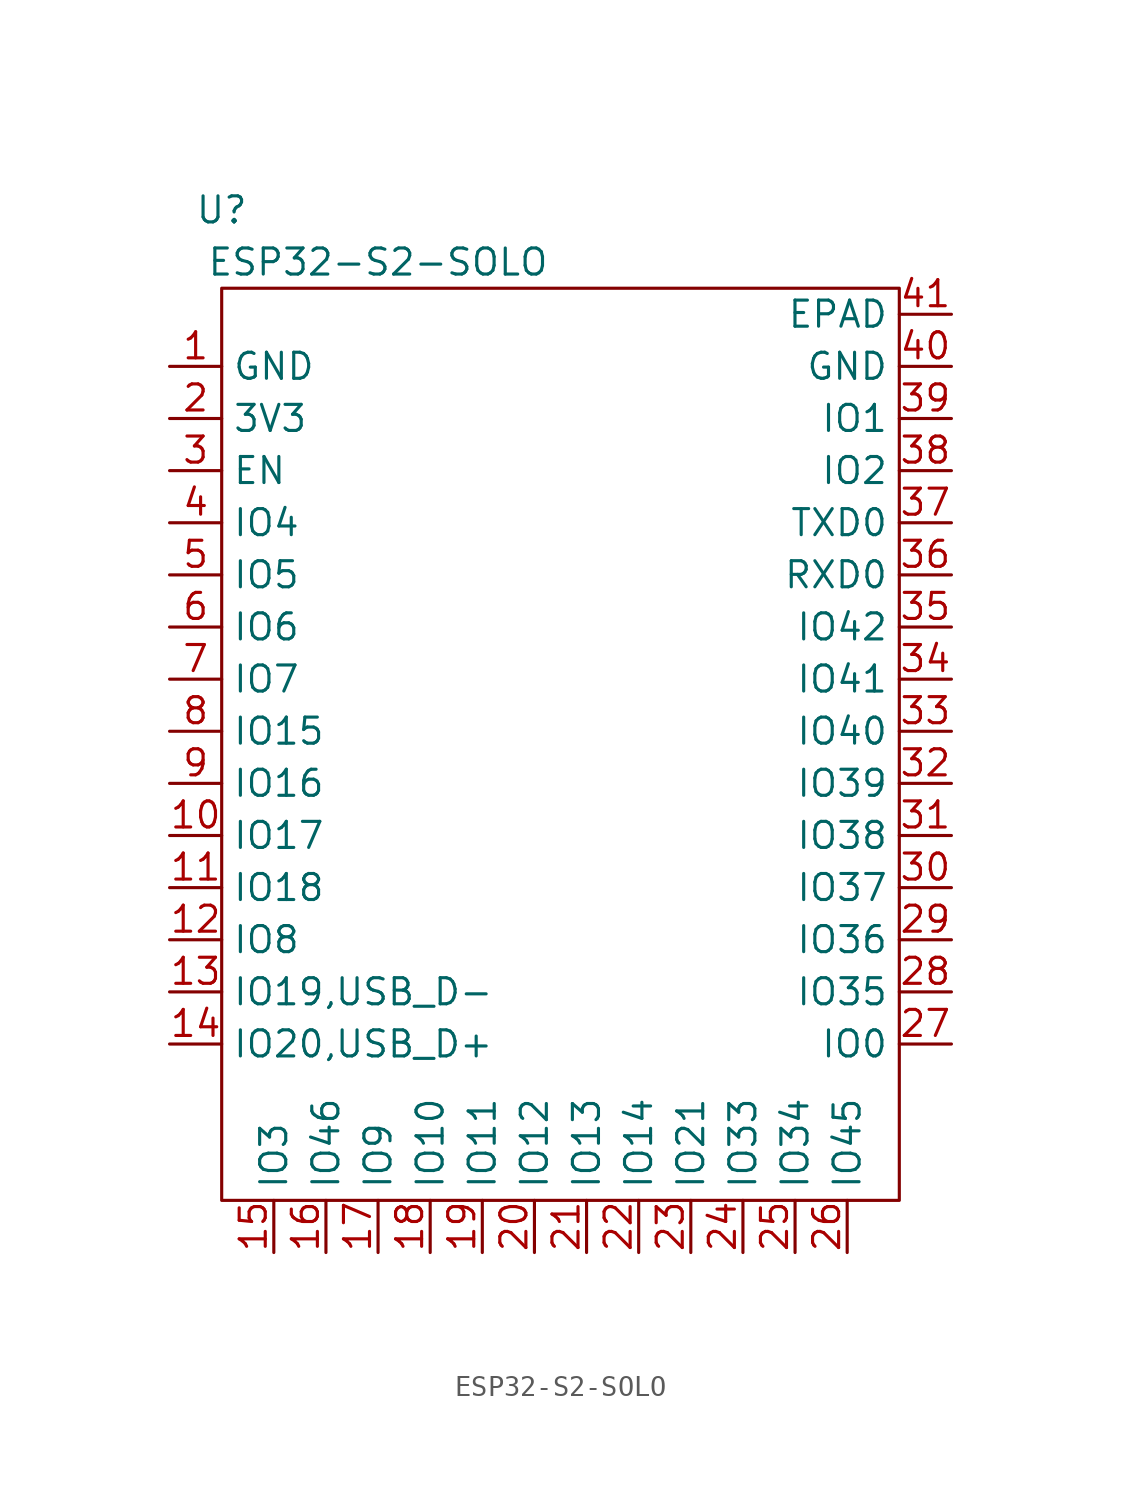
<source format=kicad_sym>
(kicad_symbol_lib
  (version 20211014)
  (generator kicad_symbol_editor)
  (symbol "ESP32-S2-SOLO"
    (property "Reference" "U"
      (at 2.54 7.62 0)
      (effects (font (size 1.27 1.27))))
    (property "Value" "ESP32-S2-SOLO"
      (at 10.16 5.08 0)
      (effects (font (size 1.27 1.27))))
    (symbol "ESP32-S2-SOLO_0_1"
      (polyline (pts (xy 2.54 3.81) (xy 2.54 -40.64) (xy 35.56 -40.64) (xy 35.56 3.81) (xy 2.54 3.81)) (stroke (width 0) (type default) (color 0 0 0 0)) (fill (type none))))
    (symbol "ESP32-S2-SOLO_1_1"
      (pin power_in line (at 0 0 0) (length 2.54) (name "GND" (effects (font (size 1.27 1.27)))) (number "1" (effects (font (size 1.27 1.27)))))
      (pin bidirectional line (at 0 -22.86 0) (length 2.54) (name "IO17" (effects (font (size 1.27 1.27)))) (number "10" (effects (font (size 1.27 1.27)))))
      (pin bidirectional line (at 0 -25.4 0) (length 2.54) (name "IO18" (effects (font (size 1.27 1.27)))) (number "11" (effects (font (size 1.27 1.27)))))
      (pin bidirectional line (at 0 -27.94 0) (length 2.54) (name "IO8" (effects (font (size 1.27 1.27)))) (number "12" (effects (font (size 1.27 1.27)))))
      (pin bidirectional line (at 0 -30.48 0) (length 2.54) (name "IO19,USB_D-" (effects (font (size 1.27 1.27)))) (number "13" (effects (font (size 1.27 1.27)))))
      (pin bidirectional line (at 0 -33.02 0) (length 2.54) (name "IO20,USB_D+" (effects (font (size 1.27 1.27)))) (number "14" (effects (font (size 1.27 1.27)))))
      (pin bidirectional line (at 5.08 -43.18 90) (length 2.54) (name "IO3" (effects (font (size 1.27 1.27)))) (number "15" (effects (font (size 1.27 1.27)))))
      (pin bidirectional line (at 7.62 -43.18 90) (length 2.54) (name "IO46" (effects (font (size 1.27 1.27)))) (number "16" (effects (font (size 1.27 1.27)))))
      (pin bidirectional line (at 10.16 -43.18 90) (length 2.54) (name "IO9" (effects (font (size 1.27 1.27)))) (number "17" (effects (font (size 1.27 1.27)))))
      (pin bidirectional line (at 12.7 -43.18 90) (length 2.54) (name "IO10" (effects (font (size 1.27 1.27)))) (number "18" (effects (font (size 1.27 1.27)))))
      (pin bidirectional line (at 15.24 -43.18 90) (length 2.54) (name "IO11" (effects (font (size 1.27 1.27)))) (number "19" (effects (font (size 1.27 1.27)))))
      (pin power_in line (at 0 -2.54 0) (length 2.54) (name "3V3" (effects (font (size 1.27 1.27)))) (number "2" (effects (font (size 1.27 1.27)))))
      (pin bidirectional line (at 17.78 -43.18 90) (length 2.54) (name "IO12" (effects (font (size 1.27 1.27)))) (number "20" (effects (font (size 1.27 1.27)))))
      (pin bidirectional line (at 20.32 -43.18 90) (length 2.54) (name "IO13" (effects (font (size 1.27 1.27)))) (number "21" (effects (font (size 1.27 1.27)))))
      (pin bidirectional line (at 22.86 -43.18 90) (length 2.54) (name "IO14" (effects (font (size 1.27 1.27)))) (number "22" (effects (font (size 1.27 1.27)))))
      (pin bidirectional line (at 25.4 -43.18 90) (length 2.54) (name "IO21" (effects (font (size 1.27 1.27)))) (number "23" (effects (font (size 1.27 1.27)))))
      (pin bidirectional line (at 27.94 -43.18 90) (length 2.54) (name "IO33" (effects (font (size 1.27 1.27)))) (number "24" (effects (font (size 1.27 1.27)))))
      (pin bidirectional line (at 30.48 -43.18 90) (length 2.54) (name "IO34" (effects (font (size 1.27 1.27)))) (number "25" (effects (font (size 1.27 1.27)))))
      (pin bidirectional line (at 33.02 -43.18 90) (length 2.54) (name "IO45" (effects (font (size 1.27 1.27)))) (number "26" (effects (font (size 1.27 1.27)))))
      (pin bidirectional line (at 38.1 -33.02 180) (length 2.54) (name "IO0" (effects (font (size 1.27 1.27)))) (number "27" (effects (font (size 1.27 1.27)))))
      (pin bidirectional line (at 38.1 -30.48 180) (length 2.54) (name "IO35" (effects (font (size 1.27 1.27)))) (number "28" (effects (font (size 1.27 1.27)))))
      (pin bidirectional line (at 38.1 -27.94 180) (length 2.54) (name "IO36" (effects (font (size 1.27 1.27)))) (number "29" (effects (font (size 1.27 1.27)))))
      (pin input line (at 0 -5.08 0) (length 2.54) (name "EN" (effects (font (size 1.27 1.27)))) (number "3" (effects (font (size 1.27 1.27)))))
      (pin bidirectional line (at 38.1 -25.4 180) (length 2.54) (name "IO37" (effects (font (size 1.27 1.27)))) (number "30" (effects (font (size 1.27 1.27)))))
      (pin bidirectional line (at 38.1 -22.86 180) (length 2.54) (name "IO38" (effects (font (size 1.27 1.27)))) (number "31" (effects (font (size 1.27 1.27)))))
      (pin bidirectional line (at 38.1 -20.32 180) (length 2.54) (name "IO39" (effects (font (size 1.27 1.27)))) (number "32" (effects (font (size 1.27 1.27)))))
      (pin bidirectional line (at 38.1 -17.78 180) (length 2.54) (name "IO40" (effects (font (size 1.27 1.27)))) (number "33" (effects (font (size 1.27 1.27)))))
      (pin bidirectional line (at 38.1 -15.24 180) (length 2.54) (name "IO41" (effects (font (size 1.27 1.27)))) (number "34" (effects (font (size 1.27 1.27)))))
      (pin bidirectional line (at 38.1 -12.7 180) (length 2.54) (name "IO42" (effects (font (size 1.27 1.27)))) (number "35" (effects (font (size 1.27 1.27)))))
      (pin input line (at 38.1 -10.16 180) (length 2.54) (name "RXD0" (effects (font (size 1.27 1.27)))) (number "36" (effects (font (size 1.27 1.27)))))
      (pin output line (at 38.1 -7.62 180) (length 2.54) (name "TXD0" (effects (font (size 1.27 1.27)))) (number "37" (effects (font (size 1.27 1.27)))))
      (pin bidirectional line (at 38.1 -5.08 180) (length 2.54) (name "IO2" (effects (font (size 1.27 1.27)))) (number "38" (effects (font (size 1.27 1.27)))))
      (pin bidirectional line (at 38.1 -2.54 180) (length 2.54) (name "IO1" (effects (font (size 1.27 1.27)))) (number "39" (effects (font (size 1.27 1.27)))))
      (pin bidirectional line (at 0 -7.62 0) (length 2.54) (name "IO4" (effects (font (size 1.27 1.27)))) (number "4" (effects (font (size 1.27 1.27)))))
      (pin power_in line (at 38.1 0 180) (length 2.54) (name "GND" (effects (font (size 1.27 1.27)))) (number "40" (effects (font (size 1.27 1.27)))))
      (pin power_in line (at 38.1 2.54 180) (length 2.54) (name "EPAD" (effects (font (size 1.27 1.27)))) (number "41" (effects (font (size 1.27 1.27)))))
      (pin bidirectional line (at 0 -10.16 0) (length 2.54) (name "IO5" (effects (font (size 1.27 1.27)))) (number "5" (effects (font (size 1.27 1.27)))))
      (pin bidirectional line (at 0 -12.7 0) (length 2.54) (name "IO6" (effects (font (size 1.27 1.27)))) (number "6" (effects (font (size 1.27 1.27)))))
      (pin bidirectional line (at 0 -15.24 0) (length 2.54) (name "IO7" (effects (font (size 1.27 1.27)))) (number "7" (effects (font (size 1.27 1.27)))))
      (pin bidirectional line (at 0 -17.78 0) (length 2.54) (name "IO15" (effects (font (size 1.27 1.27)))) (number "8" (effects (font (size 1.27 1.27)))))
      (pin bidirectional line (at 0 -20.32 0) (length 2.54) (name "IO16" (effects (font (size 1.27 1.27)))) (number "9" (effects (font (size 1.27 1.27))))))))
</source>
